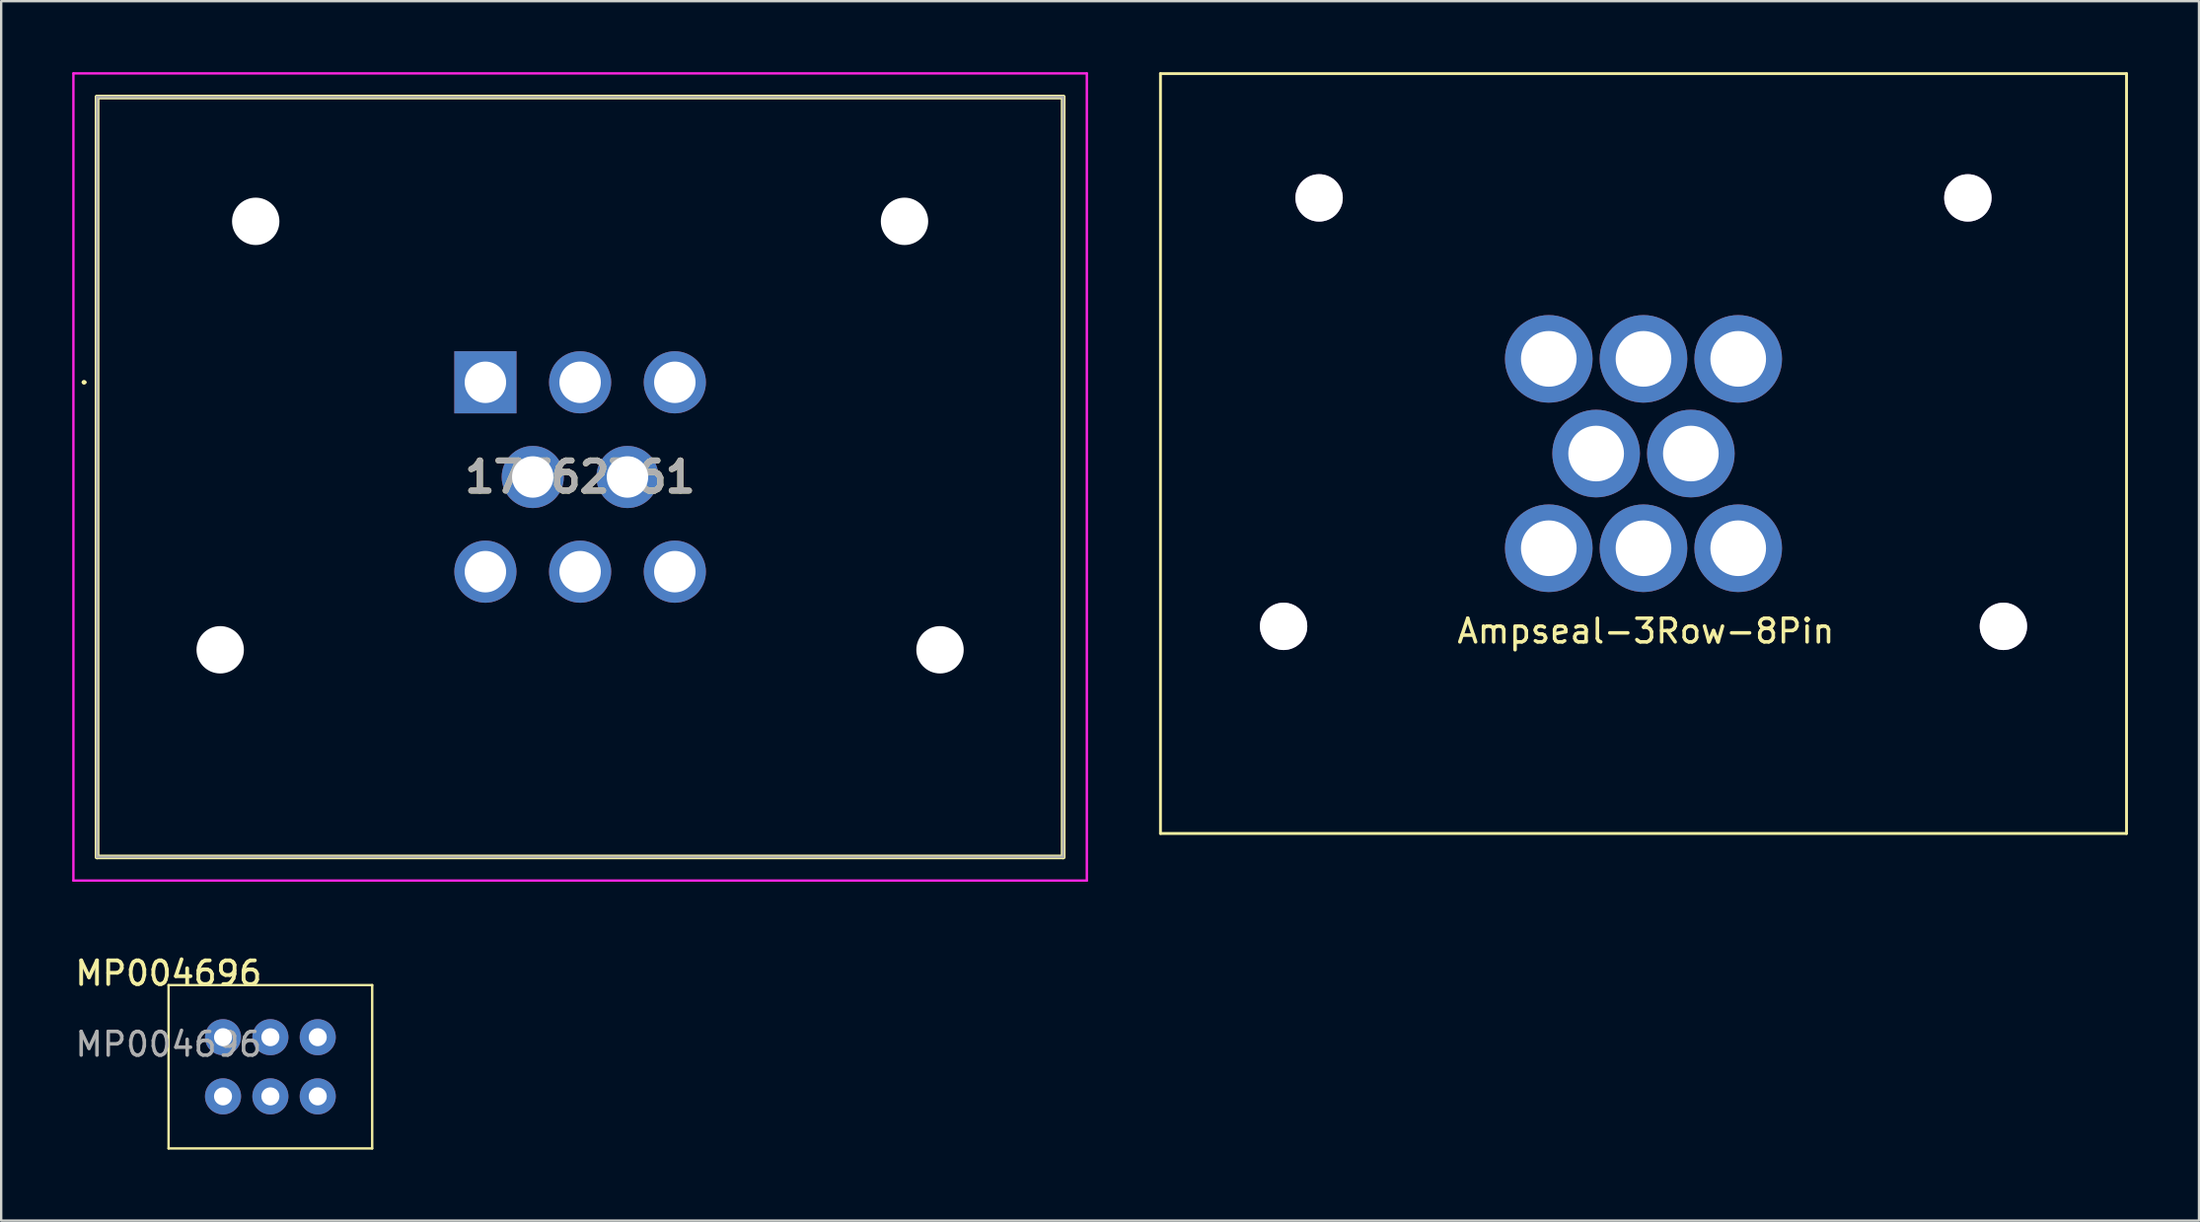
<source format=kicad_pcb>
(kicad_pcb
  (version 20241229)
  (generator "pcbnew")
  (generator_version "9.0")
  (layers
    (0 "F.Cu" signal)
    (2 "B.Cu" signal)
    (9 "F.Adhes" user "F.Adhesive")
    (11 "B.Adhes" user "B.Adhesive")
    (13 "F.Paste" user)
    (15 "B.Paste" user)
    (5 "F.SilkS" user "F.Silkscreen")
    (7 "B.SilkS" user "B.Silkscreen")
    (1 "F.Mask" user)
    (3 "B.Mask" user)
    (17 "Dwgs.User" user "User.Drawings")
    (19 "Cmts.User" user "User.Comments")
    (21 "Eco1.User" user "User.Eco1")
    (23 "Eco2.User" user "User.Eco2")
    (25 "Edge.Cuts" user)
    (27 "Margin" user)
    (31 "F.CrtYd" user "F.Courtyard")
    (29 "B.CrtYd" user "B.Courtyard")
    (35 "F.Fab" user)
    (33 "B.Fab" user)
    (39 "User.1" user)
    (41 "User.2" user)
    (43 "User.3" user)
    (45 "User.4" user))
  (footprint "MP004696"
    (layer "F.Cu")
    (at 4.069 38.566)
    (property "Reference" "MP004696" (at 0 -0.5 0) (unlocked yes) (layer "F.SilkS") (effects (font (size 1 1) (thickness 0.16))))
    (attr through_hole)
    (fp_line (start 0 6.9) (end 0 0) (stroke (width 0.1) (type default)) (layer "F.SilkS"))
    (fp_line (start 0 6.9) (end 8.6 6.9) (stroke (width 0.1) (type default)) (layer "F.SilkS"))
    (fp_line (start 8.6 0) (end 0 0) (stroke (width 0.1) (type default)) (layer "F.SilkS"))
    (fp_line (start 8.6 0) (end 8.6 6.9) (stroke (width 0.1) (type default)) (layer "F.SilkS"))
    (fp_text user "${REFERENCE}" (at 0 2.5 0) (unlocked yes) (layer "F.Fab") (effects (font (size 1 1) (thickness 0.15))))
    (pad "1" thru_hole circle (at 2.3 2.2) (size 1.524 1.524) (drill 0.762) (layers "*.Cu" "*.Mask"))
    (pad "2" thru_hole circle (at 4.3 2.2) (size 1.524 1.524) (drill 0.762) (layers "*.Cu" "*.Mask"))
    (pad "3" thru_hole circle (at 6.3 2.2) (size 1.524 1.524) (drill 0.762) (layers "*.Cu" "*.Mask"))
    (pad "4" thru_hole circle (at 2.3 4.7) (size 1.524 1.524) (drill 0.762) (layers "*.Cu" "*.Mask"))
    (pad "5" thru_hole circle (at 4.3 4.7) (size 1.524 1.524) (drill 0.762) (layers "*.Cu" "*.Mask"))
    (pad "6" thru_hole circle (at 6.3 4.7) (size 1.524 1.524) (drill 0.762) (layers "*.Cu" "*.Mask")))
  (footprint "17762761"
    (layer "F.Cu")
    (at 17.45 13.1)
    (property "Reference" "17762761" (at 4 4 0) (layer "F.SilkS") (effects (font (size 1.27 1.27) (thickness 0.254))))
    (attr through_hole)
    (fp_line (start -17 0) (end -17 0) (stroke (width 0.1) (type solid)) (layer "F.SilkS"))
    (fp_line (start -16.9 0) (end -16.9 0) (stroke (width 0.1) (type solid)) (layer "F.SilkS"))
    (fp_line (start -16.4 -12.05) (end 24.4 -12.05) (stroke (width 0.2) (type solid)) (layer "F.SilkS"))
    (fp_line (start -16.4 20.05) (end -16.4 -12.05) (stroke (width 0.2) (type solid)) (layer "F.SilkS"))
    (fp_line (start 24.4 -12.05) (end 24.4 20.05) (stroke (width 0.2) (type solid)) (layer "F.SilkS"))
    (fp_line (start 24.4 20.05) (end -16.4 20.05) (stroke (width 0.2) (type solid)) (layer "F.SilkS"))
    (fp_arc (start -17 0) (mid -16.95 -0.05) (end -16.9 0) (stroke (width 0.1) (type solid)) (layer "F.SilkS"))
    (fp_arc (start -16.9 0) (mid -16.95 0.05) (end -17 0) (stroke (width 0.1) (type solid)) (layer "F.SilkS"))
    (fp_line (start -17.4 -13.05) (end 25.4 -13.05) (stroke (width 0.1) (type solid)) (layer "F.CrtYd"))
    (fp_line (start -17.4 21.05) (end -17.4 -13.05) (stroke (width 0.1) (type solid)) (layer "F.CrtYd"))
    (fp_line (start 25.4 -13.05) (end 25.4 21.05) (stroke (width 0.1) (type solid)) (layer "F.CrtYd"))
    (fp_line (start 25.4 21.05) (end -17.4 21.05) (stroke (width 0.1) (type solid)) (layer "F.CrtYd"))
    (fp_line (start -16.4 -12.05) (end 24.4 -12.05) (stroke (width 0.1) (type solid)) (layer "F.Fab"))
    (fp_line (start -16.4 20.05) (end -16.4 -12.05) (stroke (width 0.1) (type solid)) (layer "F.Fab"))
    (fp_line (start 24.4 -12.05) (end 24.4 20.05) (stroke (width 0.1) (type solid)) (layer "F.Fab"))
    (fp_line (start 24.4 20.05) (end -16.4 20.05) (stroke (width 0.1) (type solid)) (layer "F.Fab"))
    (fp_text user "${REFERENCE}" (at 4 4 0) (layer "F.Fab") (effects (font (size 1.27 1.27) (thickness 0.254))))
    (pad "" np_thru_hole circle (at -11.2 11.3) (size 2 2) (drill 2) (layers "*.Cu" "*.Mask"))
    (pad "" np_thru_hole circle (at -9.7 -6.8) (size 2 2) (drill 2) (layers "*.Cu" "*.Mask"))
    (pad "" np_thru_hole circle (at 17.7 -6.8) (size 2 2) (drill 2) (layers "*.Cu" "*.Mask"))
    (pad "" np_thru_hole circle (at 19.2 11.3) (size 2 2) (drill 2) (layers "*.Cu" "*.Mask"))
    (pad "1" thru_hole rect (at 0 0) (size 2.625 2.625) (drill 1.75) (layers "*.Cu" "*.Mask"))
    (pad "2" thru_hole circle (at 4 0) (size 2.625 2.625) (drill 1.75) (layers "*.Cu" "*.Mask"))
    (pad "3" thru_hole circle (at 8 0) (size 2.625 2.625) (drill 1.75) (layers "*.Cu" "*.Mask"))
    (pad "4" thru_hole circle (at 2 4) (size 2.625 2.625) (drill 1.75) (layers "*.Cu" "*.Mask"))
    (pad "5" thru_hole circle (at 6 4) (size 2.625 2.625) (drill 1.75) (layers "*.Cu" "*.Mask"))
    (pad "6" thru_hole circle (at 0 8) (size 2.625 2.625) (drill 1.75) (layers "*.Cu" "*.Mask"))
    (pad "7" thru_hole circle (at 4 8) (size 2.625 2.625) (drill 1.75) (layers "*.Cu" "*.Mask"))
    (pad "8" thru_hole circle (at 8 8) (size 2.625 2.625) (drill 1.75) (layers "*.Cu" "*.Mask")))
  (footprint "Ampseal-3Row-8Pin"
    (layer "F.Cu")
    (at 66.36 16.11)
    (property "Reference" "Ampseal-3Row-8Pin" (at 0.1 7.5 0) (layer "F.SilkS") (effects (font (size 1 1) (thickness 0.15))))
    (attr through_hole)
    (fp_line (start -20.4 -16.05) (end 20.4 -16.05) (stroke (width 0.12) (type solid)) (layer "F.SilkS"))
    (fp_line (start -20.4 16.05) (end -20.4 -16.05) (stroke (width 0.12) (type solid)) (layer "F.SilkS"))
    (fp_line (start 20.4 -16.05) (end 20.4 16.05) (stroke (width 0.12) (type solid)) (layer "F.SilkS"))
    (fp_line (start 20.4 16.05) (end -20.4 16.05) (stroke (width 0.12) (type solid)) (layer "F.SilkS"))
    (pad "" thru_hole circle (at -15.2 7.3) (size 2 2) (drill 2) (layers "*.Cu" "*.Mask"))
    (pad "" thru_hole circle (at -13.7 -10.8) (size 2 2) (drill 2) (layers "*.Cu" "*.Mask"))
    (pad "" thru_hole circle (at 13.7 -10.8) (size 2 2) (drill 2) (layers "*.Cu" "*.Mask"))
    (pad "" thru_hole circle (at 15.2 7.3) (size 2 2) (drill 2) (layers "*.Cu" "*.Mask"))
    (pad "1" thru_hole circle (at -4 -4) (size 3.7 3.7) (drill 2.35) (layers "*.Cu" "*.Mask"))
    (pad "2" thru_hole circle (at 0 -4) (size 3.7 3.7) (drill 2.35) (layers "*.Cu" "*.Mask"))
    (pad "3" thru_hole circle (at 4 -4) (size 3.7 3.7) (drill 2.35) (layers "*.Cu" "*.Mask"))
    (pad "4" thru_hole circle (at -2 0) (size 3.7 3.7) (drill 2.35) (layers "*.Cu" "*.Mask"))
    (pad "5" thru_hole circle (at 2 0) (size 3.7 3.7) (drill 2.35) (layers "*.Cu" "*.Mask"))
    (pad "6" thru_hole circle (at -4 4) (size 3.7 3.7) (drill 2.35) (layers "*.Cu" "*.Mask"))
    (pad "7" thru_hole circle (at 0 4) (size 3.7 3.7) (drill 2.35) (layers "*.Cu" "*.Mask"))
    (pad "8" thru_hole circle (at 4 4) (size 3.7 3.7) (drill 2.35) (layers "*.Cu" "*.Mask")))
  (gr_rect
    (start -3 -3)
    (end 89.82 48.516)
    (stroke (width 0.1) (type default))
    (fill no)
    (layer "Edge.Cuts")))
</source>
